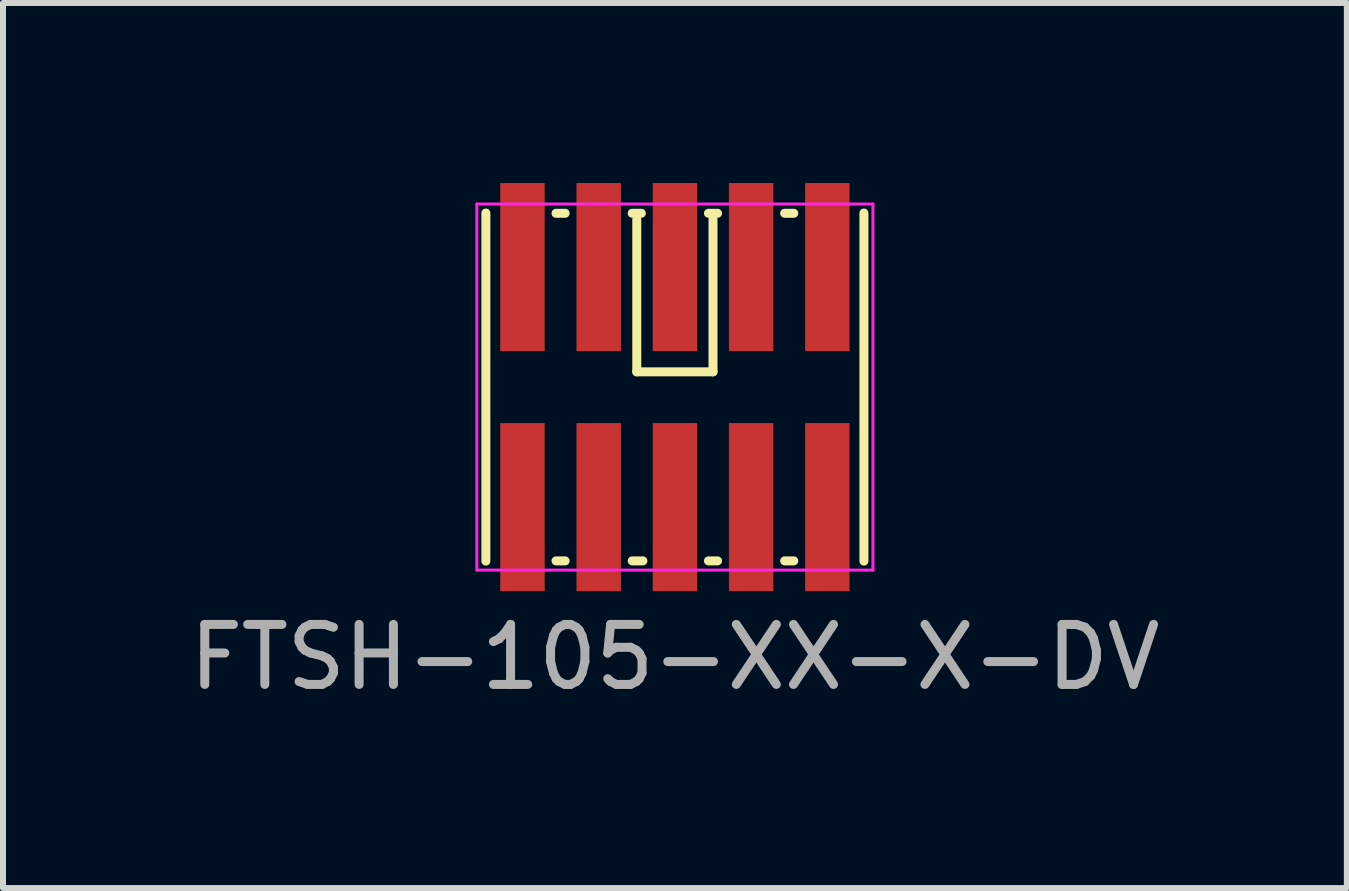
<source format=kicad_pcb>
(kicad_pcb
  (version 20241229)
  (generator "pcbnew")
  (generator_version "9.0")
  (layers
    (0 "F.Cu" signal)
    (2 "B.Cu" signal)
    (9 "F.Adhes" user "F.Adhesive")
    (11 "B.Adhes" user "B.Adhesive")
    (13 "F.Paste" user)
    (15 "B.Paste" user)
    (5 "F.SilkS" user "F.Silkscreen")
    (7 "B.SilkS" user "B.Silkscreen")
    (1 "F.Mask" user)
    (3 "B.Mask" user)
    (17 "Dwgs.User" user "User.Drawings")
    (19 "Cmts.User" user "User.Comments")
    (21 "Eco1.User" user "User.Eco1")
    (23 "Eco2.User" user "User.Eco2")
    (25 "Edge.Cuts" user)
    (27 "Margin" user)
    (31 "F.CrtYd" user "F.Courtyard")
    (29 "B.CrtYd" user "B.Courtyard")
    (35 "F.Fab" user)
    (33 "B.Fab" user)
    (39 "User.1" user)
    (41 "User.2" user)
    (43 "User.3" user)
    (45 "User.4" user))
  (footprint "FTSH-105-XX-X-DV"
    (layer "F.Cu")
    (at 8.196 3.4)
    (property "Reference" "FTSH-105-XX-X-DV" (at 0 4.5 0) (layer "F.Fab") (effects (font (size 1 1) (thickness 0.15))))
    (attr through_hole)
    (fp_line (start -3.15 2.9) (end -3.15 -2.9) (stroke (width 0.15) (type solid)) (layer "F.SilkS"))
    (fp_line (start -1.981 2.896) (end -1.829 2.896) (stroke (width 0.15) (type solid)) (layer "F.SilkS"))
    (fp_line (start -1.829 -2.896) (end -1.981 -2.896) (stroke (width 0.15) (type solid)) (layer "F.SilkS"))
    (fp_line (start -0.711 2.896) (end -0.533 2.896) (stroke (width 0.15) (type solid)) (layer "F.SilkS"))
    (fp_line (start -0.635 -0.254) (end -0.635 -2.794) (stroke (width 0.15) (type solid)) (layer "F.SilkS"))
    (fp_line (start -0.559 -2.896) (end -0.711 -2.896) (stroke (width 0.15) (type solid)) (layer "F.SilkS"))
    (fp_line (start 0.559 2.896) (end 0.711 2.896) (stroke (width 0.15) (type solid)) (layer "F.SilkS"))
    (fp_line (start 0.635 -2.794) (end 0.635 -0.254) (stroke (width 0.15) (type solid)) (layer "F.SilkS"))
    (fp_line (start 0.635 -0.254) (end -0.635 -0.254) (stroke (width 0.15) (type solid)) (layer "F.SilkS"))
    (fp_line (start 0.711 -2.896) (end 0.559 -2.896) (stroke (width 0.15) (type solid)) (layer "F.SilkS"))
    (fp_line (start 1.829 2.896) (end 1.981 2.896) (stroke (width 0.15) (type solid)) (layer "F.SilkS"))
    (fp_line (start 1.981 -2.896) (end 1.829 -2.896) (stroke (width 0.15) (type solid)) (layer "F.SilkS"))
    (fp_line (start 3.15 2.9) (end 3.15 -2.9) (stroke (width 0.15) (type solid)) (layer "F.SilkS"))
    (fp_line (start -3.3 -3.05) (end 3.3 -3.05) (stroke (width 0.05) (type solid)) (layer "F.CrtYd"))
    (fp_line (start -3.3 3.05) (end -3.3 -3.05) (stroke (width 0.05) (type solid)) (layer "F.CrtYd"))
    (fp_line (start 3.3 -3.05) (end 3.3 3.05) (stroke (width 0.05) (type solid)) (layer "F.CrtYd"))
    (fp_line (start 3.3 3.05) (end -3.3 3.05) (stroke (width 0.05) (type solid)) (layer "F.CrtYd"))
    (pad "1" smd rect (at 2.54 -2 180) (size 0.74 2.8) (layers "F.Cu" "F.Mask" "F.Paste"))
    (pad "2" smd rect (at 2.54 2 180) (size 0.74 2.8) (layers "F.Cu" "F.Mask" "F.Paste"))
    (pad "3" smd rect (at 1.27 -2 180) (size 0.74 2.8) (layers "F.Cu" "F.Mask" "F.Paste"))
    (pad "4" smd rect (at 1.27 2 180) (size 0.74 2.8) (layers "F.Cu" "F.Mask" "F.Paste"))
    (pad "5" smd rect (at 0 -2 180) (size 0.74 2.8) (layers "F.Cu" "F.Mask" "F.Paste"))
    (pad "6" smd rect (at 0 2 180) (size 0.74 2.8) (layers "F.Cu" "F.Mask" "F.Paste"))
    (pad "7" smd rect (at -1.27 -2 180) (size 0.74 2.8) (layers "F.Cu" "F.Mask" "F.Paste"))
    (pad "8" smd rect (at -1.27 2 180) (size 0.74 2.8) (layers "F.Cu" "F.Mask" "F.Paste"))
    (pad "9" smd rect (at -2.54 -2 180) (size 0.74 2.8) (layers "F.Cu" "F.Mask" "F.Paste"))
    (pad "10" smd rect (at -2.54 2 180) (size 0.74 2.8) (layers "F.Cu" "F.Mask" "F.Paste")))
  (gr_rect
    (start -3 -3)
    (end 19.393 11.748)
    (stroke (width 0.1) (type default))
    (fill no)
    (layer "Edge.Cuts")))
</source>
